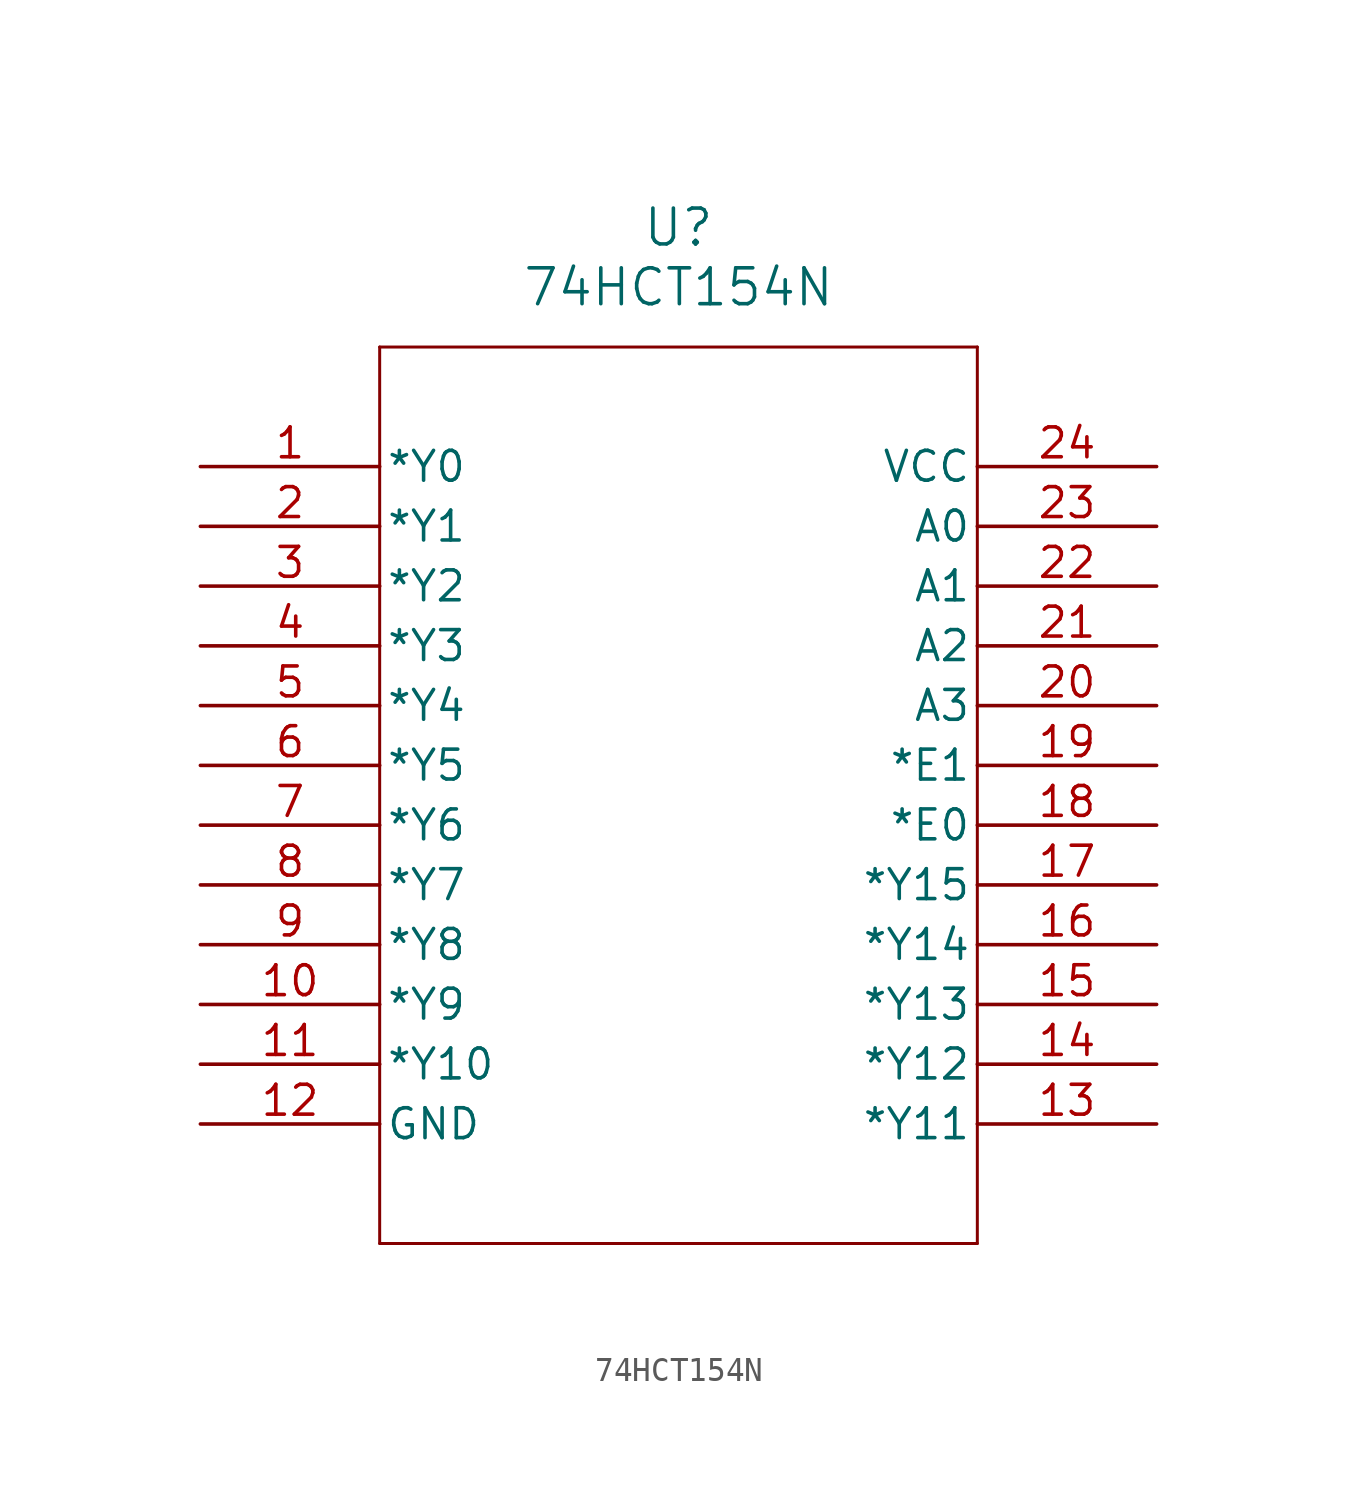
<source format=kicad_sym>
(kicad_symbol_lib
  (version 20211014)
  (generator kicad_symbol_editor)
  (symbol "74HCT154N"
    (pin_names
      (offset 0.254))
    (property "Reference" "U"
      (at 20.32 10.16 0)
      (effects (font (size 1.524 1.524))))
    (property "Value" "74HCT154N"
      (at 20.32 7.62 0)
      (effects (font (size 1.524 1.524))))
    (symbol "74HCT154N_0_1"
      (polyline (pts (xy 7.62 5.08) (xy 7.62 -33.02)) (stroke (width 0.127) (type default) (color 0 0 0 0)) (fill (type none)))
      (polyline (pts (xy 7.62 -33.02) (xy 33.02 -33.02)) (stroke (width 0.127) (type default) (color 0 0 0 0)) (fill (type none)))
      (polyline (pts (xy 33.02 -33.02) (xy 33.02 5.08)) (stroke (width 0.127) (type default) (color 0 0 0 0)) (fill (type none)))
      (polyline (pts (xy 33.02 5.08) (xy 7.62 5.08)) (stroke (width 0.127) (type default) (color 0 0 0 0)) (fill (type none)))
      (pin output line (at 0 0 0) (length 7.62) (name "*Y0" (effects (font (size 1.27 1.27)))) (number "1" (effects (font (size 1.27 1.27)))))
      (pin output line (at 0 -2.54 0) (length 7.62) (name "*Y1" (effects (font (size 1.27 1.27)))) (number "2" (effects (font (size 1.27 1.27)))))
      (pin output line (at 0 -5.08 0) (length 7.62) (name "*Y2" (effects (font (size 1.27 1.27)))) (number "3" (effects (font (size 1.27 1.27)))))
      (pin output line (at 0 -7.62 0) (length 7.62) (name "*Y3" (effects (font (size 1.27 1.27)))) (number "4" (effects (font (size 1.27 1.27)))))
      (pin output line (at 0 -10.16 0) (length 7.62) (name "*Y4" (effects (font (size 1.27 1.27)))) (number "5" (effects (font (size 1.27 1.27)))))
      (pin output line (at 0 -12.7 0) (length 7.62) (name "*Y5" (effects (font (size 1.27 1.27)))) (number "6" (effects (font (size 1.27 1.27)))))
      (pin output line (at 0 -15.24 0) (length 7.62) (name "*Y6" (effects (font (size 1.27 1.27)))) (number "7" (effects (font (size 1.27 1.27)))))
      (pin output line (at 0 -17.78 0) (length 7.62) (name "*Y7" (effects (font (size 1.27 1.27)))) (number "8" (effects (font (size 1.27 1.27)))))
      (pin output line (at 0 -20.32 0) (length 7.62) (name "*Y8" (effects (font (size 1.27 1.27)))) (number "9" (effects (font (size 1.27 1.27)))))
      (pin output line (at 0 -22.86 0) (length 7.62) (name "*Y9" (effects (font (size 1.27 1.27)))) (number "10" (effects (font (size 1.27 1.27)))))
      (pin output line (at 0 -25.4 0) (length 7.62) (name "*Y10" (effects (font (size 1.27 1.27)))) (number "11" (effects (font (size 1.27 1.27)))))
      (pin power_out line (at 0 -27.94 0) (length 7.62) (name "GND" (effects (font (size 1.27 1.27)))) (number "12" (effects (font (size 1.27 1.27)))))
      (pin output line (at 40.64 -27.94 180) (length 7.62) (name "*Y11" (effects (font (size 1.27 1.27)))) (number "13" (effects (font (size 1.27 1.27)))))
      (pin output line (at 40.64 -25.4 180) (length 7.62) (name "*Y12" (effects (font (size 1.27 1.27)))) (number "14" (effects (font (size 1.27 1.27)))))
      (pin output line (at 40.64 -22.86 180) (length 7.62) (name "*Y13" (effects (font (size 1.27 1.27)))) (number "15" (effects (font (size 1.27 1.27)))))
      (pin output line (at 40.64 -20.32 180) (length 7.62) (name "*Y14" (effects (font (size 1.27 1.27)))) (number "16" (effects (font (size 1.27 1.27)))))
      (pin output line (at 40.64 -17.78 180) (length 7.62) (name "*Y15" (effects (font (size 1.27 1.27)))) (number "17" (effects (font (size 1.27 1.27)))))
      (pin input line (at 40.64 -15.24 180) (length 7.62) (name "*E0" (effects (font (size 1.27 1.27)))) (number "18" (effects (font (size 1.27 1.27)))))
      (pin input line (at 40.64 -12.7 180) (length 7.62) (name "*E1" (effects (font (size 1.27 1.27)))) (number "19" (effects (font (size 1.27 1.27)))))
      (pin input line (at 40.64 -10.16 180) (length 7.62) (name "A3" (effects (font (size 1.27 1.27)))) (number "20" (effects (font (size 1.27 1.27)))))
      (pin input line (at 40.64 -7.62 180) (length 7.62) (name "A2" (effects (font (size 1.27 1.27)))) (number "21" (effects (font (size 1.27 1.27)))))
      (pin input line (at 40.64 -5.08 180) (length 7.62) (name "A1" (effects (font (size 1.27 1.27)))) (number "22" (effects (font (size 1.27 1.27)))))
      (pin input line (at 40.64 -2.54 180) (length 7.62) (name "A0" (effects (font (size 1.27 1.27)))) (number "23" (effects (font (size 1.27 1.27)))))
      (pin power_in line (at 40.64 0 180) (length 7.62) (name "VCC" (effects (font (size 1.27 1.27)))) (number "24" (effects (font (size 1.27 1.27))))))))
</source>
